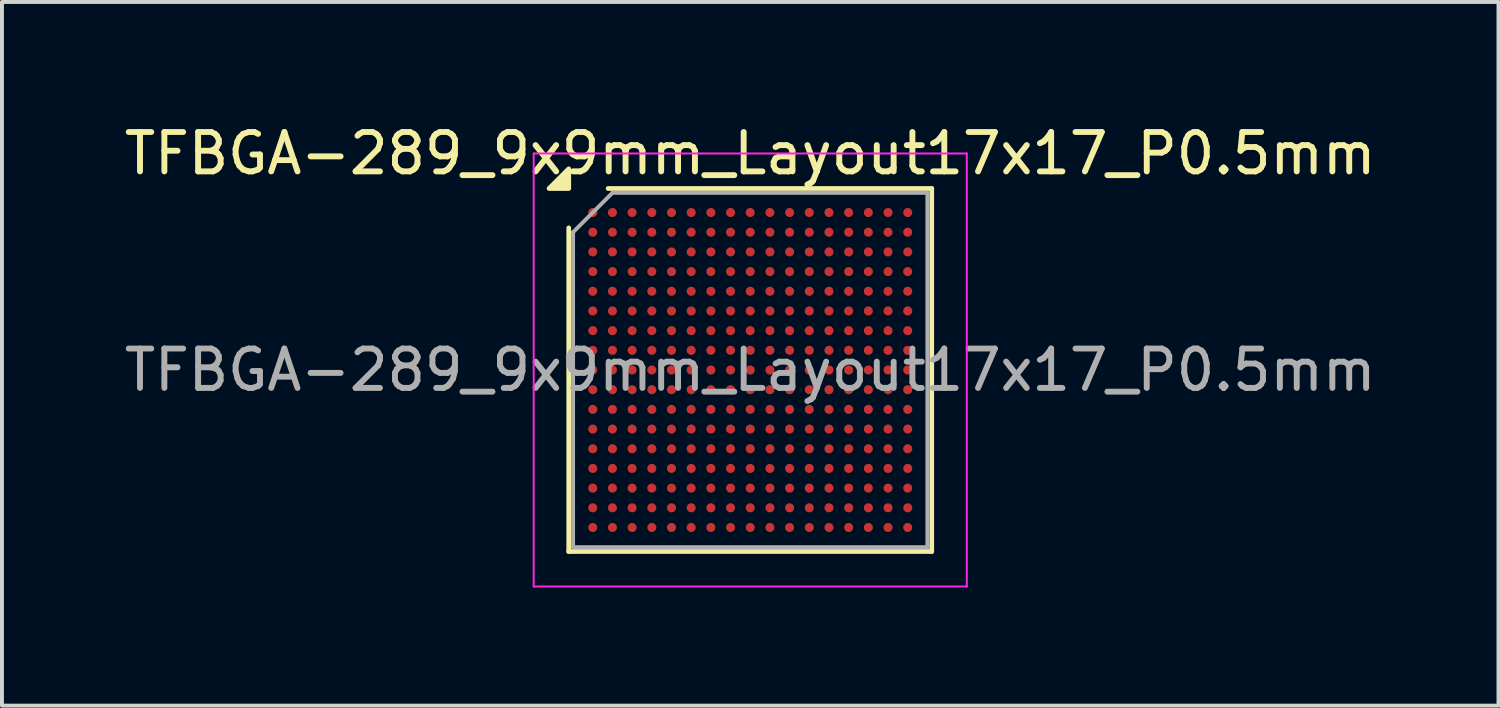
<source format=kicad_pcb>
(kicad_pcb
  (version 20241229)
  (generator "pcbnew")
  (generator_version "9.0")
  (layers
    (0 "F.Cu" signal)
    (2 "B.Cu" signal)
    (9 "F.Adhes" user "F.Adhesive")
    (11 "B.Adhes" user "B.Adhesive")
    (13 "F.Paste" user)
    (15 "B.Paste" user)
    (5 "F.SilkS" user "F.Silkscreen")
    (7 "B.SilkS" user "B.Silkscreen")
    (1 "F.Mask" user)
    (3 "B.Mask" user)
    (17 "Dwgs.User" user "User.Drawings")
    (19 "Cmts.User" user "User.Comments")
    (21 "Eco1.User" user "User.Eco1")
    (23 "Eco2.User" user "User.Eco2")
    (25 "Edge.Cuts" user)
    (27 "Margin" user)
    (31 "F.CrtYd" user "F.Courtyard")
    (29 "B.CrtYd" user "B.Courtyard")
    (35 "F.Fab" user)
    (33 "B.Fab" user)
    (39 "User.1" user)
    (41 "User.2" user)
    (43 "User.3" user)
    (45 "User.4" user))
  (footprint "TFBGA-289_9x9mm_Layout17x17_P0.5mm"
    (layer "F.Cu")
    (at 16.006 6.348)
    (property "Reference" "TFBGA-289_9x9mm_Layout17x17_P0.5mm" (at 0 -5.5 0) (layer "F.SilkS") (effects (font (size 1 1) (thickness 0.15))))
    (attr smd)
    (fp_line (start -4.61 4.61) (end -4.61 -3.61) (stroke (width 0.12) (type solid)) (layer "F.SilkS"))
    (fp_line (start -3.61 -4.61) (end 4.61 -4.61) (stroke (width 0.12) (type solid)) (layer "F.SilkS"))
    (fp_line (start 4.61 -4.61) (end 4.61 4.61) (stroke (width 0.12) (type solid)) (layer "F.SilkS"))
    (fp_line (start 4.61 4.61) (end -4.61 4.61) (stroke (width 0.12) (type solid)) (layer "F.SilkS"))
    (fp_poly (pts (xy -4.61 -4.61) (xy -5.11 -4.61) (xy -4.61 -5.11) (xy -4.61 -4.61)) (stroke (width 0.12) (type solid)) (fill yes) (layer "F.SilkS"))
    (fp_line (start -5.5 -5.5) (end -5.5 5.5) (stroke (width 0.05) (type solid)) (layer "F.CrtYd"))
    (fp_line (start -5.5 5.5) (end 5.5 5.5) (stroke (width 0.05) (type solid)) (layer "F.CrtYd"))
    (fp_line (start 5.5 -5.5) (end -5.5 -5.5) (stroke (width 0.05) (type solid)) (layer "F.CrtYd"))
    (fp_line (start 5.5 5.5) (end 5.5 -5.5) (stroke (width 0.05) (type solid)) (layer "F.CrtYd"))
    (fp_line (start -4.5 -3.5) (end -3.5 -4.5) (stroke (width 0.1) (type solid)) (layer "F.Fab"))
    (fp_line (start -4.5 4.5) (end -4.5 -3.5) (stroke (width 0.1) (type solid)) (layer "F.Fab"))
    (fp_line (start -3.5 -4.5) (end 4.5 -4.5) (stroke (width 0.1) (type solid)) (layer "F.Fab"))
    (fp_line (start 4.5 -4.5) (end 4.5 4.5) (stroke (width 0.1) (type solid)) (layer "F.Fab"))
    (fp_line (start 4.5 4.5) (end -4.5 4.5) (stroke (width 0.1) (type solid)) (layer "F.Fab"))
    (fp_text user "${REFERENCE}" (at 0 0 0) (layer "F.Fab") (effects (font (size 1 1) (thickness 0.15))))
    (pad "A1" smd circle (at -4 -4) (size 0.23 0.23) (property pad_prop_bga) (layers "F.Cu" "F.Mask" "F.Paste"))
    (pad "A2" smd circle (at -3.5 -4) (size 0.23 0.23) (property pad_prop_bga) (layers "F.Cu" "F.Mask" "F.Paste"))
    (pad "A3" smd circle (at -3 -4) (size 0.23 0.23) (property pad_prop_bga) (layers "F.Cu" "F.Mask" "F.Paste"))
    (pad "A4" smd circle (at -2.5 -4) (size 0.23 0.23) (property pad_prop_bga) (layers "F.Cu" "F.Mask" "F.Paste"))
    (pad "A5" smd circle (at -2 -4) (size 0.23 0.23) (property pad_prop_bga) (layers "F.Cu" "F.Mask" "F.Paste"))
    (pad "A6" smd circle (at -1.5 -4) (size 0.23 0.23) (property pad_prop_bga) (layers "F.Cu" "F.Mask" "F.Paste"))
    (pad "A7" smd circle (at -1 -4) (size 0.23 0.23) (property pad_prop_bga) (layers "F.Cu" "F.Mask" "F.Paste"))
    (pad "A8" smd circle (at -0.5 -4) (size 0.23 0.23) (property pad_prop_bga) (layers "F.Cu" "F.Mask" "F.Paste"))
    (pad "A9" smd circle (at 0 -4) (size 0.23 0.23) (property pad_prop_bga) (layers "F.Cu" "F.Mask" "F.Paste"))
    (pad "A10" smd circle (at 0.5 -4) (size 0.23 0.23) (property pad_prop_bga) (layers "F.Cu" "F.Mask" "F.Paste"))
    (pad "A11" smd circle (at 1 -4) (size 0.23 0.23) (property pad_prop_bga) (layers "F.Cu" "F.Mask" "F.Paste"))
    (pad "A12" smd circle (at 1.5 -4) (size 0.23 0.23) (property pad_prop_bga) (layers "F.Cu" "F.Mask" "F.Paste"))
    (pad "A13" smd circle (at 2 -4) (size 0.23 0.23) (property pad_prop_bga) (layers "F.Cu" "F.Mask" "F.Paste"))
    (pad "A14" smd circle (at 2.5 -4) (size 0.23 0.23) (property pad_prop_bga) (layers "F.Cu" "F.Mask" "F.Paste"))
    (pad "A15" smd circle (at 3 -4) (size 0.23 0.23) (property pad_prop_bga) (layers "F.Cu" "F.Mask" "F.Paste"))
    (pad "A16" smd circle (at 3.5 -4) (size 0.23 0.23) (property pad_prop_bga) (layers "F.Cu" "F.Mask" "F.Paste"))
    (pad "A17" smd circle (at 4 -4) (size 0.23 0.23) (property pad_prop_bga) (layers "F.Cu" "F.Mask" "F.Paste"))
    (pad "B1" smd circle (at -4 -3.5) (size 0.23 0.23) (property pad_prop_bga) (layers "F.Cu" "F.Mask" "F.Paste"))
    (pad "B2" smd circle (at -3.5 -3.5) (size 0.23 0.23) (property pad_prop_bga) (layers "F.Cu" "F.Mask" "F.Paste"))
    (pad "B3" smd circle (at -3 -3.5) (size 0.23 0.23) (property pad_prop_bga) (layers "F.Cu" "F.Mask" "F.Paste"))
    (pad "B4" smd circle (at -2.5 -3.5) (size 0.23 0.23) (property pad_prop_bga) (layers "F.Cu" "F.Mask" "F.Paste"))
    (pad "B5" smd circle (at -2 -3.5) (size 0.23 0.23) (property pad_prop_bga) (layers "F.Cu" "F.Mask" "F.Paste"))
    (pad "B6" smd circle (at -1.5 -3.5) (size 0.23 0.23) (property pad_prop_bga) (layers "F.Cu" "F.Mask" "F.Paste"))
    (pad "B7" smd circle (at -1 -3.5) (size 0.23 0.23) (property pad_prop_bga) (layers "F.Cu" "F.Mask" "F.Paste"))
    (pad "B8" smd circle (at -0.5 -3.5) (size 0.23 0.23) (property pad_prop_bga) (layers "F.Cu" "F.Mask" "F.Paste"))
    (pad "B9" smd circle (at 0 -3.5) (size 0.23 0.23) (property pad_prop_bga) (layers "F.Cu" "F.Mask" "F.Paste"))
    (pad "B10" smd circle (at 0.5 -3.5) (size 0.23 0.23) (property pad_prop_bga) (layers "F.Cu" "F.Mask" "F.Paste"))
    (pad "B11" smd circle (at 1 -3.5) (size 0.23 0.23) (property pad_prop_bga) (layers "F.Cu" "F.Mask" "F.Paste"))
    (pad "B12" smd circle (at 1.5 -3.5) (size 0.23 0.23) (property pad_prop_bga) (layers "F.Cu" "F.Mask" "F.Paste"))
    (pad "B13" smd circle (at 2 -3.5) (size 0.23 0.23) (property pad_prop_bga) (layers "F.Cu" "F.Mask" "F.Paste"))
    (pad "B14" smd circle (at 2.5 -3.5) (size 0.23 0.23) (property pad_prop_bga) (layers "F.Cu" "F.Mask" "F.Paste"))
    (pad "B15" smd circle (at 3 -3.5) (size 0.23 0.23) (property pad_prop_bga) (layers "F.Cu" "F.Mask" "F.Paste"))
    (pad "B16" smd circle (at 3.5 -3.5) (size 0.23 0.23) (property pad_prop_bga) (layers "F.Cu" "F.Mask" "F.Paste"))
    (pad "B17" smd circle (at 4 -3.5) (size 0.23 0.23) (property pad_prop_bga) (layers "F.Cu" "F.Mask" "F.Paste"))
    (pad "C1" smd circle (at -4 -3) (size 0.23 0.23) (property pad_prop_bga) (layers "F.Cu" "F.Mask" "F.Paste"))
    (pad "C2" smd circle (at -3.5 -3) (size 0.23 0.23) (property pad_prop_bga) (layers "F.Cu" "F.Mask" "F.Paste"))
    (pad "C3" smd circle (at -3 -3) (size 0.23 0.23) (property pad_prop_bga) (layers "F.Cu" "F.Mask" "F.Paste"))
    (pad "C4" smd circle (at -2.5 -3) (size 0.23 0.23) (property pad_prop_bga) (layers "F.Cu" "F.Mask" "F.Paste"))
    (pad "C5" smd circle (at -2 -3) (size 0.23 0.23) (property pad_prop_bga) (layers "F.Cu" "F.Mask" "F.Paste"))
    (pad "C6" smd circle (at -1.5 -3) (size 0.23 0.23) (property pad_prop_bga) (layers "F.Cu" "F.Mask" "F.Paste"))
    (pad "C7" smd circle (at -1 -3) (size 0.23 0.23) (property pad_prop_bga) (layers "F.Cu" "F.Mask" "F.Paste"))
    (pad "C8" smd circle (at -0.5 -3) (size 0.23 0.23) (property pad_prop_bga) (layers "F.Cu" "F.Mask" "F.Paste"))
    (pad "C9" smd circle (at 0 -3) (size 0.23 0.23) (property pad_prop_bga) (layers "F.Cu" "F.Mask" "F.Paste"))
    (pad "C10" smd circle (at 0.5 -3) (size 0.23 0.23) (property pad_prop_bga) (layers "F.Cu" "F.Mask" "F.Paste"))
    (pad "C11" smd circle (at 1 -3) (size 0.23 0.23) (property pad_prop_bga) (layers "F.Cu" "F.Mask" "F.Paste"))
    (pad "C12" smd circle (at 1.5 -3) (size 0.23 0.23) (property pad_prop_bga) (layers "F.Cu" "F.Mask" "F.Paste"))
    (pad "C13" smd circle (at 2 -3) (size 0.23 0.23) (property pad_prop_bga) (layers "F.Cu" "F.Mask" "F.Paste"))
    (pad "C14" smd circle (at 2.5 -3) (size 0.23 0.23) (property pad_prop_bga) (layers "F.Cu" "F.Mask" "F.Paste"))
    (pad "C15" smd circle (at 3 -3) (size 0.23 0.23) (property pad_prop_bga) (layers "F.Cu" "F.Mask" "F.Paste"))
    (pad "C16" smd circle (at 3.5 -3) (size 0.23 0.23) (property pad_prop_bga) (layers "F.Cu" "F.Mask" "F.Paste"))
    (pad "C17" smd circle (at 4 -3) (size 0.23 0.23) (property pad_prop_bga) (layers "F.Cu" "F.Mask" "F.Paste"))
    (pad "D1" smd circle (at -4 -2.5) (size 0.23 0.23) (property pad_prop_bga) (layers "F.Cu" "F.Mask" "F.Paste"))
    (pad "D2" smd circle (at -3.5 -2.5) (size 0.23 0.23) (property pad_prop_bga) (layers "F.Cu" "F.Mask" "F.Paste"))
    (pad "D3" smd circle (at -3 -2.5) (size 0.23 0.23) (property pad_prop_bga) (layers "F.Cu" "F.Mask" "F.Paste"))
    (pad "D4" smd circle (at -2.5 -2.5) (size 0.23 0.23) (property pad_prop_bga) (layers "F.Cu" "F.Mask" "F.Paste"))
    (pad "D5" smd circle (at -2 -2.5) (size 0.23 0.23) (property pad_prop_bga) (layers "F.Cu" "F.Mask" "F.Paste"))
    (pad "D6" smd circle (at -1.5 -2.5) (size 0.23 0.23) (property pad_prop_bga) (layers "F.Cu" "F.Mask" "F.Paste"))
    (pad "D7" smd circle (at -1 -2.5) (size 0.23 0.23) (property pad_prop_bga) (layers "F.Cu" "F.Mask" "F.Paste"))
    (pad "D8" smd circle (at -0.5 -2.5) (size 0.23 0.23) (property pad_prop_bga) (layers "F.Cu" "F.Mask" "F.Paste"))
    (pad "D9" smd circle (at 0 -2.5) (size 0.23 0.23) (property pad_prop_bga) (layers "F.Cu" "F.Mask" "F.Paste"))
    (pad "D10" smd circle (at 0.5 -2.5) (size 0.23 0.23) (property pad_prop_bga) (layers "F.Cu" "F.Mask" "F.Paste"))
    (pad "D11" smd circle (at 1 -2.5) (size 0.23 0.23) (property pad_prop_bga) (layers "F.Cu" "F.Mask" "F.Paste"))
    (pad "D12" smd circle (at 1.5 -2.5) (size 0.23 0.23) (property pad_prop_bga) (layers "F.Cu" "F.Mask" "F.Paste"))
    (pad "D13" smd circle (at 2 -2.5) (size 0.23 0.23) (property pad_prop_bga) (layers "F.Cu" "F.Mask" "F.Paste"))
    (pad "D14" smd circle (at 2.5 -2.5) (size 0.23 0.23) (property pad_prop_bga) (layers "F.Cu" "F.Mask" "F.Paste"))
    (pad "D15" smd circle (at 3 -2.5) (size 0.23 0.23) (property pad_prop_bga) (layers "F.Cu" "F.Mask" "F.Paste"))
    (pad "D16" smd circle (at 3.5 -2.5) (size 0.23 0.23) (property pad_prop_bga) (layers "F.Cu" "F.Mask" "F.Paste"))
    (pad "D17" smd circle (at 4 -2.5) (size 0.23 0.23) (property pad_prop_bga) (layers "F.Cu" "F.Mask" "F.Paste"))
    (pad "E1" smd circle (at -4 -2) (size 0.23 0.23) (property pad_prop_bga) (layers "F.Cu" "F.Mask" "F.Paste"))
    (pad "E2" smd circle (at -3.5 -2) (size 0.23 0.23) (property pad_prop_bga) (layers "F.Cu" "F.Mask" "F.Paste"))
    (pad "E3" smd circle (at -3 -2) (size 0.23 0.23) (property pad_prop_bga) (layers "F.Cu" "F.Mask" "F.Paste"))
    (pad "E4" smd circle (at -2.5 -2) (size 0.23 0.23) (property pad_prop_bga) (layers "F.Cu" "F.Mask" "F.Paste"))
    (pad "E5" smd circle (at -2 -2) (size 0.23 0.23) (property pad_prop_bga) (layers "F.Cu" "F.Mask" "F.Paste"))
    (pad "E6" smd circle (at -1.5 -2) (size 0.23 0.23) (property pad_prop_bga) (layers "F.Cu" "F.Mask" "F.Paste"))
    (pad "E7" smd circle (at -1 -2) (size 0.23 0.23) (property pad_prop_bga) (layers "F.Cu" "F.Mask" "F.Paste"))
    (pad "E8" smd circle (at -0.5 -2) (size 0.23 0.23) (property pad_prop_bga) (layers "F.Cu" "F.Mask" "F.Paste"))
    (pad "E9" smd circle (at 0 -2) (size 0.23 0.23) (property pad_prop_bga) (layers "F.Cu" "F.Mask" "F.Paste"))
    (pad "E10" smd circle (at 0.5 -2) (size 0.23 0.23) (property pad_prop_bga) (layers "F.Cu" "F.Mask" "F.Paste"))
    (pad "E11" smd circle (at 1 -2) (size 0.23 0.23) (property pad_prop_bga) (layers "F.Cu" "F.Mask" "F.Paste"))
    (pad "E12" smd circle (at 1.5 -2) (size 0.23 0.23) (property pad_prop_bga) (layers "F.Cu" "F.Mask" "F.Paste"))
    (pad "E13" smd circle (at 2 -2) (size 0.23 0.23) (property pad_prop_bga) (layers "F.Cu" "F.Mask" "F.Paste"))
    (pad "E14" smd circle (at 2.5 -2) (size 0.23 0.23) (property pad_prop_bga) (layers "F.Cu" "F.Mask" "F.Paste"))
    (pad "E15" smd circle (at 3 -2) (size 0.23 0.23) (property pad_prop_bga) (layers "F.Cu" "F.Mask" "F.Paste"))
    (pad "E16" smd circle (at 3.5 -2) (size 0.23 0.23) (property pad_prop_bga) (layers "F.Cu" "F.Mask" "F.Paste"))
    (pad "E17" smd circle (at 4 -2) (size 0.23 0.23) (property pad_prop_bga) (layers "F.Cu" "F.Mask" "F.Paste"))
    (pad "F1" smd circle (at -4 -1.5) (size 0.23 0.23) (property pad_prop_bga) (layers "F.Cu" "F.Mask" "F.Paste"))
    (pad "F2" smd circle (at -3.5 -1.5) (size 0.23 0.23) (property pad_prop_bga) (layers "F.Cu" "F.Mask" "F.Paste"))
    (pad "F3" smd circle (at -3 -1.5) (size 0.23 0.23) (property pad_prop_bga) (layers "F.Cu" "F.Mask" "F.Paste"))
    (pad "F4" smd circle (at -2.5 -1.5) (size 0.23 0.23) (property pad_prop_bga) (layers "F.Cu" "F.Mask" "F.Paste"))
    (pad "F5" smd circle (at -2 -1.5) (size 0.23 0.23) (property pad_prop_bga) (layers "F.Cu" "F.Mask" "F.Paste"))
    (pad "F6" smd circle (at -1.5 -1.5) (size 0.23 0.23) (property pad_prop_bga) (layers "F.Cu" "F.Mask" "F.Paste"))
    (pad "F7" smd circle (at -1 -1.5) (size 0.23 0.23) (property pad_prop_bga) (layers "F.Cu" "F.Mask" "F.Paste"))
    (pad "F8" smd circle (at -0.5 -1.5) (size 0.23 0.23) (property pad_prop_bga) (layers "F.Cu" "F.Mask" "F.Paste"))
    (pad "F9" smd circle (at 0 -1.5) (size 0.23 0.23) (property pad_prop_bga) (layers "F.Cu" "F.Mask" "F.Paste"))
    (pad "F10" smd circle (at 0.5 -1.5) (size 0.23 0.23) (property pad_prop_bga) (layers "F.Cu" "F.Mask" "F.Paste"))
    (pad "F11" smd circle (at 1 -1.5) (size 0.23 0.23) (property pad_prop_bga) (layers "F.Cu" "F.Mask" "F.Paste"))
    (pad "F12" smd circle (at 1.5 -1.5) (size 0.23 0.23) (property pad_prop_bga) (layers "F.Cu" "F.Mask" "F.Paste"))
    (pad "F13" smd circle (at 2 -1.5) (size 0.23 0.23) (property pad_prop_bga) (layers "F.Cu" "F.Mask" "F.Paste"))
    (pad "F14" smd circle (at 2.5 -1.5) (size 0.23 0.23) (property pad_prop_bga) (layers "F.Cu" "F.Mask" "F.Paste"))
    (pad "F15" smd circle (at 3 -1.5) (size 0.23 0.23) (property pad_prop_bga) (layers "F.Cu" "F.Mask" "F.Paste"))
    (pad "F16" smd circle (at 3.5 -1.5) (size 0.23 0.23) (property pad_prop_bga) (layers "F.Cu" "F.Mask" "F.Paste"))
    (pad "F17" smd circle (at 4 -1.5) (size 0.23 0.23) (property pad_prop_bga) (layers "F.Cu" "F.Mask" "F.Paste"))
    (pad "G1" smd circle (at -4 -1) (size 0.23 0.23) (property pad_prop_bga) (layers "F.Cu" "F.Mask" "F.Paste"))
    (pad "G2" smd circle (at -3.5 -1) (size 0.23 0.23) (property pad_prop_bga) (layers "F.Cu" "F.Mask" "F.Paste"))
    (pad "G3" smd circle (at -3 -1) (size 0.23 0.23) (property pad_prop_bga) (layers "F.Cu" "F.Mask" "F.Paste"))
    (pad "G4" smd circle (at -2.5 -1) (size 0.23 0.23) (property pad_prop_bga) (layers "F.Cu" "F.Mask" "F.Paste"))
    (pad "G5" smd circle (at -2 -1) (size 0.23 0.23) (property pad_prop_bga) (layers "F.Cu" "F.Mask" "F.Paste"))
    (pad "G6" smd circle (at -1.5 -1) (size 0.23 0.23) (property pad_prop_bga) (layers "F.Cu" "F.Mask" "F.Paste"))
    (pad "G7" smd circle (at -1 -1) (size 0.23 0.23) (property pad_prop_bga) (layers "F.Cu" "F.Mask" "F.Paste"))
    (pad "G8" smd circle (at -0.5 -1) (size 0.23 0.23) (property pad_prop_bga) (layers "F.Cu" "F.Mask" "F.Paste"))
    (pad "G9" smd circle (at 0 -1) (size 0.23 0.23) (property pad_prop_bga) (layers "F.Cu" "F.Mask" "F.Paste"))
    (pad "G10" smd circle (at 0.5 -1) (size 0.23 0.23) (property pad_prop_bga) (layers "F.Cu" "F.Mask" "F.Paste"))
    (pad "G11" smd circle (at 1 -1) (size 0.23 0.23) (property pad_prop_bga) (layers "F.Cu" "F.Mask" "F.Paste"))
    (pad "G12" smd circle (at 1.5 -1) (size 0.23 0.23) (property pad_prop_bga) (layers "F.Cu" "F.Mask" "F.Paste"))
    (pad "G13" smd circle (at 2 -1) (size 0.23 0.23) (property pad_prop_bga) (layers "F.Cu" "F.Mask" "F.Paste"))
    (pad "G14" smd circle (at 2.5 -1) (size 0.23 0.23) (property pad_prop_bga) (layers "F.Cu" "F.Mask" "F.Paste"))
    (pad "G15" smd circle (at 3 -1) (size 0.23 0.23) (property pad_prop_bga) (layers "F.Cu" "F.Mask" "F.Paste"))
    (pad "G16" smd circle (at 3.5 -1) (size 0.23 0.23) (property pad_prop_bga) (layers "F.Cu" "F.Mask" "F.Paste"))
    (pad "G17" smd circle (at 4 -1) (size 0.23 0.23) (property pad_prop_bga) (layers "F.Cu" "F.Mask" "F.Paste"))
    (pad "H1" smd circle (at -4 -0.5) (size 0.23 0.23) (property pad_prop_bga) (layers "F.Cu" "F.Mask" "F.Paste"))
    (pad "H2" smd circle (at -3.5 -0.5) (size 0.23 0.23) (property pad_prop_bga) (layers "F.Cu" "F.Mask" "F.Paste"))
    (pad "H3" smd circle (at -3 -0.5) (size 0.23 0.23) (property pad_prop_bga) (layers "F.Cu" "F.Mask" "F.Paste"))
    (pad "H4" smd circle (at -2.5 -0.5) (size 0.23 0.23) (property pad_prop_bga) (layers "F.Cu" "F.Mask" "F.Paste"))
    (pad "H5" smd circle (at -2 -0.5) (size 0.23 0.23) (property pad_prop_bga) (layers "F.Cu" "F.Mask" "F.Paste"))
    (pad "H6" smd circle (at -1.5 -0.5) (size 0.23 0.23) (property pad_prop_bga) (layers "F.Cu" "F.Mask" "F.Paste"))
    (pad "H7" smd circle (at -1 -0.5) (size 0.23 0.23) (property pad_prop_bga) (layers "F.Cu" "F.Mask" "F.Paste"))
    (pad "H8" smd circle (at -0.5 -0.5) (size 0.23 0.23) (property pad_prop_bga) (layers "F.Cu" "F.Mask" "F.Paste"))
    (pad "H9" smd circle (at 0 -0.5) (size 0.23 0.23) (property pad_prop_bga) (layers "F.Cu" "F.Mask" "F.Paste"))
    (pad "H10" smd circle (at 0.5 -0.5) (size 0.23 0.23) (property pad_prop_bga) (layers "F.Cu" "F.Mask" "F.Paste"))
    (pad "H11" smd circle (at 1 -0.5) (size 0.23 0.23) (property pad_prop_bga) (layers "F.Cu" "F.Mask" "F.Paste"))
    (pad "H12" smd circle (at 1.5 -0.5) (size 0.23 0.23) (property pad_prop_bga) (layers "F.Cu" "F.Mask" "F.Paste"))
    (pad "H13" smd circle (at 2 -0.5) (size 0.23 0.23) (property pad_prop_bga) (layers "F.Cu" "F.Mask" "F.Paste"))
    (pad "H14" smd circle (at 2.5 -0.5) (size 0.23 0.23) (property pad_prop_bga) (layers "F.Cu" "F.Mask" "F.Paste"))
    (pad "H15" smd circle (at 3 -0.5) (size 0.23 0.23) (property pad_prop_bga) (layers "F.Cu" "F.Mask" "F.Paste"))
    (pad "H16" smd circle (at 3.5 -0.5) (size 0.23 0.23) (property pad_prop_bga) (layers "F.Cu" "F.Mask" "F.Paste"))
    (pad "H17" smd circle (at 4 -0.5) (size 0.23 0.23) (property pad_prop_bga) (layers "F.Cu" "F.Mask" "F.Paste"))
    (pad "J1" smd circle (at -4 0) (size 0.23 0.23) (property pad_prop_bga) (layers "F.Cu" "F.Mask" "F.Paste"))
    (pad "J2" smd circle (at -3.5 0) (size 0.23 0.23) (property pad_prop_bga) (layers "F.Cu" "F.Mask" "F.Paste"))
    (pad "J3" smd circle (at -3 0) (size 0.23 0.23) (property pad_prop_bga) (layers "F.Cu" "F.Mask" "F.Paste"))
    (pad "J4" smd circle (at -2.5 0) (size 0.23 0.23) (property pad_prop_bga) (layers "F.Cu" "F.Mask" "F.Paste"))
    (pad "J5" smd circle (at -2 0) (size 0.23 0.23) (property pad_prop_bga) (layers "F.Cu" "F.Mask" "F.Paste"))
    (pad "J6" smd circle (at -1.5 0) (size 0.23 0.23) (property pad_prop_bga) (layers "F.Cu" "F.Mask" "F.Paste"))
    (pad "J7" smd circle (at -1 0) (size 0.23 0.23) (property pad_prop_bga) (layers "F.Cu" "F.Mask" "F.Paste"))
    (pad "J8" smd circle (at -0.5 0) (size 0.23 0.23) (property pad_prop_bga) (layers "F.Cu" "F.Mask" "F.Paste"))
    (pad "J9" smd circle (at 0 0) (size 0.23 0.23) (property pad_prop_bga) (layers "F.Cu" "F.Mask" "F.Paste"))
    (pad "J10" smd circle (at 0.5 0) (size 0.23 0.23) (property pad_prop_bga) (layers "F.Cu" "F.Mask" "F.Paste"))
    (pad "J11" smd circle (at 1 0) (size 0.23 0.23) (property pad_prop_bga) (layers "F.Cu" "F.Mask" "F.Paste"))
    (pad "J12" smd circle (at 1.5 0) (size 0.23 0.23) (property pad_prop_bga) (layers "F.Cu" "F.Mask" "F.Paste"))
    (pad "J13" smd circle (at 2 0) (size 0.23 0.23) (property pad_prop_bga) (layers "F.Cu" "F.Mask" "F.Paste"))
    (pad "J14" smd circle (at 2.5 0) (size 0.23 0.23) (property pad_prop_bga) (layers "F.Cu" "F.Mask" "F.Paste"))
    (pad "J15" smd circle (at 3 0) (size 0.23 0.23) (property pad_prop_bga) (layers "F.Cu" "F.Mask" "F.Paste"))
    (pad "J16" smd circle (at 3.5 0) (size 0.23 0.23) (property pad_prop_bga) (layers "F.Cu" "F.Mask" "F.Paste"))
    (pad "J17" smd circle (at 4 0) (size 0.23 0.23) (property pad_prop_bga) (layers "F.Cu" "F.Mask" "F.Paste"))
    (pad "K1" smd circle (at -4 0.5) (size 0.23 0.23) (property pad_prop_bga) (layers "F.Cu" "F.Mask" "F.Paste"))
    (pad "K2" smd circle (at -3.5 0.5) (size 0.23 0.23) (property pad_prop_bga) (layers "F.Cu" "F.Mask" "F.Paste"))
    (pad "K3" smd circle (at -3 0.5) (size 0.23 0.23) (property pad_prop_bga) (layers "F.Cu" "F.Mask" "F.Paste"))
    (pad "K4" smd circle (at -2.5 0.5) (size 0.23 0.23) (property pad_prop_bga) (layers "F.Cu" "F.Mask" "F.Paste"))
    (pad "K5" smd circle (at -2 0.5) (size 0.23 0.23) (property pad_prop_bga) (layers "F.Cu" "F.Mask" "F.Paste"))
    (pad "K6" smd circle (at -1.5 0.5) (size 0.23 0.23) (property pad_prop_bga) (layers "F.Cu" "F.Mask" "F.Paste"))
    (pad "K7" smd circle (at -1 0.5) (size 0.23 0.23) (property pad_prop_bga) (layers "F.Cu" "F.Mask" "F.Paste"))
    (pad "K8" smd circle (at -0.5 0.5) (size 0.23 0.23) (property pad_prop_bga) (layers "F.Cu" "F.Mask" "F.Paste"))
    (pad "K9" smd circle (at 0 0.5) (size 0.23 0.23) (property pad_prop_bga) (layers "F.Cu" "F.Mask" "F.Paste"))
    (pad "K10" smd circle (at 0.5 0.5) (size 0.23 0.23) (property pad_prop_bga) (layers "F.Cu" "F.Mask" "F.Paste"))
    (pad "K11" smd circle (at 1 0.5) (size 0.23 0.23) (property pad_prop_bga) (layers "F.Cu" "F.Mask" "F.Paste"))
    (pad "K12" smd circle (at 1.5 0.5) (size 0.23 0.23) (property pad_prop_bga) (layers "F.Cu" "F.Mask" "F.Paste"))
    (pad "K13" smd circle (at 2 0.5) (size 0.23 0.23) (property pad_prop_bga) (layers "F.Cu" "F.Mask" "F.Paste"))
    (pad "K14" smd circle (at 2.5 0.5) (size 0.23 0.23) (property pad_prop_bga) (layers "F.Cu" "F.Mask" "F.Paste"))
    (pad "K15" smd circle (at 3 0.5) (size 0.23 0.23) (property pad_prop_bga) (layers "F.Cu" "F.Mask" "F.Paste"))
    (pad "K16" smd circle (at 3.5 0.5) (size 0.23 0.23) (property pad_prop_bga) (layers "F.Cu" "F.Mask" "F.Paste"))
    (pad "K17" smd circle (at 4 0.5) (size 0.23 0.23) (property pad_prop_bga) (layers "F.Cu" "F.Mask" "F.Paste"))
    (pad "L1" smd circle (at -4 1) (size 0.23 0.23) (property pad_prop_bga) (layers "F.Cu" "F.Mask" "F.Paste"))
    (pad "L2" smd circle (at -3.5 1) (size 0.23 0.23) (property pad_prop_bga) (layers "F.Cu" "F.Mask" "F.Paste"))
    (pad "L3" smd circle (at -3 1) (size 0.23 0.23) (property pad_prop_bga) (layers "F.Cu" "F.Mask" "F.Paste"))
    (pad "L4" smd circle (at -2.5 1) (size 0.23 0.23) (property pad_prop_bga) (layers "F.Cu" "F.Mask" "F.Paste"))
    (pad "L5" smd circle (at -2 1) (size 0.23 0.23) (property pad_prop_bga) (layers "F.Cu" "F.Mask" "F.Paste"))
    (pad "L6" smd circle (at -1.5 1) (size 0.23 0.23) (property pad_prop_bga) (layers "F.Cu" "F.Mask" "F.Paste"))
    (pad "L7" smd circle (at -1 1) (size 0.23 0.23) (property pad_prop_bga) (layers "F.Cu" "F.Mask" "F.Paste"))
    (pad "L8" smd circle (at -0.5 1) (size 0.23 0.23) (property pad_prop_bga) (layers "F.Cu" "F.Mask" "F.Paste"))
    (pad "L9" smd circle (at 0 1) (size 0.23 0.23) (property pad_prop_bga) (layers "F.Cu" "F.Mask" "F.Paste"))
    (pad "L10" smd circle (at 0.5 1) (size 0.23 0.23) (property pad_prop_bga) (layers "F.Cu" "F.Mask" "F.Paste"))
    (pad "L11" smd circle (at 1 1) (size 0.23 0.23) (property pad_prop_bga) (layers "F.Cu" "F.Mask" "F.Paste"))
    (pad "L12" smd circle (at 1.5 1) (size 0.23 0.23) (property pad_prop_bga) (layers "F.Cu" "F.Mask" "F.Paste"))
    (pad "L13" smd circle (at 2 1) (size 0.23 0.23) (property pad_prop_bga) (layers "F.Cu" "F.Mask" "F.Paste"))
    (pad "L14" smd circle (at 2.5 1) (size 0.23 0.23) (property pad_prop_bga) (layers "F.Cu" "F.Mask" "F.Paste"))
    (pad "L15" smd circle (at 3 1) (size 0.23 0.23) (property pad_prop_bga) (layers "F.Cu" "F.Mask" "F.Paste"))
    (pad "L16" smd circle (at 3.5 1) (size 0.23 0.23) (property pad_prop_bga) (layers "F.Cu" "F.Mask" "F.Paste"))
    (pad "L17" smd circle (at 4 1) (size 0.23 0.23) (property pad_prop_bga) (layers "F.Cu" "F.Mask" "F.Paste"))
    (pad "M1" smd circle (at -4 1.5) (size 0.23 0.23) (property pad_prop_bga) (layers "F.Cu" "F.Mask" "F.Paste"))
    (pad "M2" smd circle (at -3.5 1.5) (size 0.23 0.23) (property pad_prop_bga) (layers "F.Cu" "F.Mask" "F.Paste"))
    (pad "M3" smd circle (at -3 1.5) (size 0.23 0.23) (property pad_prop_bga) (layers "F.Cu" "F.Mask" "F.Paste"))
    (pad "M4" smd circle (at -2.5 1.5) (size 0.23 0.23) (property pad_prop_bga) (layers "F.Cu" "F.Mask" "F.Paste"))
    (pad "M5" smd circle (at -2 1.5) (size 0.23 0.23) (property pad_prop_bga) (layers "F.Cu" "F.Mask" "F.Paste"))
    (pad "M6" smd circle (at -1.5 1.5) (size 0.23 0.23) (property pad_prop_bga) (layers "F.Cu" "F.Mask" "F.Paste"))
    (pad "M7" smd circle (at -1 1.5) (size 0.23 0.23) (property pad_prop_bga) (layers "F.Cu" "F.Mask" "F.Paste"))
    (pad "M8" smd circle (at -0.5 1.5) (size 0.23 0.23) (property pad_prop_bga) (layers "F.Cu" "F.Mask" "F.Paste"))
    (pad "M9" smd circle (at 0 1.5) (size 0.23 0.23) (property pad_prop_bga) (layers "F.Cu" "F.Mask" "F.Paste"))
    (pad "M10" smd circle (at 0.5 1.5) (size 0.23 0.23) (property pad_prop_bga) (layers "F.Cu" "F.Mask" "F.Paste"))
    (pad "M11" smd circle (at 1 1.5) (size 0.23 0.23) (property pad_prop_bga) (layers "F.Cu" "F.Mask" "F.Paste"))
    (pad "M12" smd circle (at 1.5 1.5) (size 0.23 0.23) (property pad_prop_bga) (layers "F.Cu" "F.Mask" "F.Paste"))
    (pad "M13" smd circle (at 2 1.5) (size 0.23 0.23) (property pad_prop_bga) (layers "F.Cu" "F.Mask" "F.Paste"))
    (pad "M14" smd circle (at 2.5 1.5) (size 0.23 0.23) (property pad_prop_bga) (layers "F.Cu" "F.Mask" "F.Paste"))
    (pad "M15" smd circle (at 3 1.5) (size 0.23 0.23) (property pad_prop_bga) (layers "F.Cu" "F.Mask" "F.Paste"))
    (pad "M16" smd circle (at 3.5 1.5) (size 0.23 0.23) (property pad_prop_bga) (layers "F.Cu" "F.Mask" "F.Paste"))
    (pad "M17" smd circle (at 4 1.5) (size 0.23 0.23) (property pad_prop_bga) (layers "F.Cu" "F.Mask" "F.Paste"))
    (pad "N1" smd circle (at -4 2) (size 0.23 0.23) (property pad_prop_bga) (layers "F.Cu" "F.Mask" "F.Paste"))
    (pad "N2" smd circle (at -3.5 2) (size 0.23 0.23) (property pad_prop_bga) (layers "F.Cu" "F.Mask" "F.Paste"))
    (pad "N3" smd circle (at -3 2) (size 0.23 0.23) (property pad_prop_bga) (layers "F.Cu" "F.Mask" "F.Paste"))
    (pad "N4" smd circle (at -2.5 2) (size 0.23 0.23) (property pad_prop_bga) (layers "F.Cu" "F.Mask" "F.Paste"))
    (pad "N5" smd circle (at -2 2) (size 0.23 0.23) (property pad_prop_bga) (layers "F.Cu" "F.Mask" "F.Paste"))
    (pad "N6" smd circle (at -1.5 2) (size 0.23 0.23) (property pad_prop_bga) (layers "F.Cu" "F.Mask" "F.Paste"))
    (pad "N7" smd circle (at -1 2) (size 0.23 0.23) (property pad_prop_bga) (layers "F.Cu" "F.Mask" "F.Paste"))
    (pad "N8" smd circle (at -0.5 2) (size 0.23 0.23) (property pad_prop_bga) (layers "F.Cu" "F.Mask" "F.Paste"))
    (pad "N9" smd circle (at 0 2) (size 0.23 0.23) (property pad_prop_bga) (layers "F.Cu" "F.Mask" "F.Paste"))
    (pad "N10" smd circle (at 0.5 2) (size 0.23 0.23) (property pad_prop_bga) (layers "F.Cu" "F.Mask" "F.Paste"))
    (pad "N11" smd circle (at 1 2) (size 0.23 0.23) (property pad_prop_bga) (layers "F.Cu" "F.Mask" "F.Paste"))
    (pad "N12" smd circle (at 1.5 2) (size 0.23 0.23) (property pad_prop_bga) (layers "F.Cu" "F.Mask" "F.Paste"))
    (pad "N13" smd circle (at 2 2) (size 0.23 0.23) (property pad_prop_bga) (layers "F.Cu" "F.Mask" "F.Paste"))
    (pad "N14" smd circle (at 2.5 2) (size 0.23 0.23) (property pad_prop_bga) (layers "F.Cu" "F.Mask" "F.Paste"))
    (pad "N15" smd circle (at 3 2) (size 0.23 0.23) (property pad_prop_bga) (layers "F.Cu" "F.Mask" "F.Paste"))
    (pad "N16" smd circle (at 3.5 2) (size 0.23 0.23) (property pad_prop_bga) (layers "F.Cu" "F.Mask" "F.Paste"))
    (pad "N17" smd circle (at 4 2) (size 0.23 0.23) (property pad_prop_bga) (layers "F.Cu" "F.Mask" "F.Paste"))
    (pad "P1" smd circle (at -4 2.5) (size 0.23 0.23) (property pad_prop_bga) (layers "F.Cu" "F.Mask" "F.Paste"))
    (pad "P2" smd circle (at -3.5 2.5) (size 0.23 0.23) (property pad_prop_bga) (layers "F.Cu" "F.Mask" "F.Paste"))
    (pad "P3" smd circle (at -3 2.5) (size 0.23 0.23) (property pad_prop_bga) (layers "F.Cu" "F.Mask" "F.Paste"))
    (pad "P4" smd circle (at -2.5 2.5) (size 0.23 0.23) (property pad_prop_bga) (layers "F.Cu" "F.Mask" "F.Paste"))
    (pad "P5" smd circle (at -2 2.5) (size 0.23 0.23) (property pad_prop_bga) (layers "F.Cu" "F.Mask" "F.Paste"))
    (pad "P6" smd circle (at -1.5 2.5) (size 0.23 0.23) (property pad_prop_bga) (layers "F.Cu" "F.Mask" "F.Paste"))
    (pad "P7" smd circle (at -1 2.5) (size 0.23 0.23) (property pad_prop_bga) (layers "F.Cu" "F.Mask" "F.Paste"))
    (pad "P8" smd circle (at -0.5 2.5) (size 0.23 0.23) (property pad_prop_bga) (layers "F.Cu" "F.Mask" "F.Paste"))
    (pad "P9" smd circle (at 0 2.5) (size 0.23 0.23) (property pad_prop_bga) (layers "F.Cu" "F.Mask" "F.Paste"))
    (pad "P10" smd circle (at 0.5 2.5) (size 0.23 0.23) (property pad_prop_bga) (layers "F.Cu" "F.Mask" "F.Paste"))
    (pad "P11" smd circle (at 1 2.5) (size 0.23 0.23) (property pad_prop_bga) (layers "F.Cu" "F.Mask" "F.Paste"))
    (pad "P12" smd circle (at 1.5 2.5) (size 0.23 0.23) (property pad_prop_bga) (layers "F.Cu" "F.Mask" "F.Paste"))
    (pad "P13" smd circle (at 2 2.5) (size 0.23 0.23) (property pad_prop_bga) (layers "F.Cu" "F.Mask" "F.Paste"))
    (pad "P14" smd circle (at 2.5 2.5) (size 0.23 0.23) (property pad_prop_bga) (layers "F.Cu" "F.Mask" "F.Paste"))
    (pad "P15" smd circle (at 3 2.5) (size 0.23 0.23) (property pad_prop_bga) (layers "F.Cu" "F.Mask" "F.Paste"))
    (pad "P16" smd circle (at 3.5 2.5) (size 0.23 0.23) (property pad_prop_bga) (layers "F.Cu" "F.Mask" "F.Paste"))
    (pad "P17" smd circle (at 4 2.5) (size 0.23 0.23) (property pad_prop_bga) (layers "F.Cu" "F.Mask" "F.Paste"))
    (pad "R1" smd circle (at -4 3) (size 0.23 0.23) (property pad_prop_bga) (layers "F.Cu" "F.Mask" "F.Paste"))
    (pad "R2" smd circle (at -3.5 3) (size 0.23 0.23) (property pad_prop_bga) (layers "F.Cu" "F.Mask" "F.Paste"))
    (pad "R3" smd circle (at -3 3) (size 0.23 0.23) (property pad_prop_bga) (layers "F.Cu" "F.Mask" "F.Paste"))
    (pad "R4" smd circle (at -2.5 3) (size 0.23 0.23) (property pad_prop_bga) (layers "F.Cu" "F.Mask" "F.Paste"))
    (pad "R5" smd circle (at -2 3) (size 0.23 0.23) (property pad_prop_bga) (layers "F.Cu" "F.Mask" "F.Paste"))
    (pad "R6" smd circle (at -1.5 3) (size 0.23 0.23) (property pad_prop_bga) (layers "F.Cu" "F.Mask" "F.Paste"))
    (pad "R7" smd circle (at -1 3) (size 0.23 0.23) (property pad_prop_bga) (layers "F.Cu" "F.Mask" "F.Paste"))
    (pad "R8" smd circle (at -0.5 3) (size 0.23 0.23) (property pad_prop_bga) (layers "F.Cu" "F.Mask" "F.Paste"))
    (pad "R9" smd circle (at 0 3) (size 0.23 0.23) (property pad_prop_bga) (layers "F.Cu" "F.Mask" "F.Paste"))
    (pad "R10" smd circle (at 0.5 3) (size 0.23 0.23) (property pad_prop_bga) (layers "F.Cu" "F.Mask" "F.Paste"))
    (pad "R11" smd circle (at 1 3) (size 0.23 0.23) (property pad_prop_bga) (layers "F.Cu" "F.Mask" "F.Paste"))
    (pad "R12" smd circle (at 1.5 3) (size 0.23 0.23) (property pad_prop_bga) (layers "F.Cu" "F.Mask" "F.Paste"))
    (pad "R13" smd circle (at 2 3) (size 0.23 0.23) (property pad_prop_bga) (layers "F.Cu" "F.Mask" "F.Paste"))
    (pad "R14" smd circle (at 2.5 3) (size 0.23 0.23) (property pad_prop_bga) (layers "F.Cu" "F.Mask" "F.Paste"))
    (pad "R15" smd circle (at 3 3) (size 0.23 0.23) (property pad_prop_bga) (layers "F.Cu" "F.Mask" "F.Paste"))
    (pad "R16" smd circle (at 3.5 3) (size 0.23 0.23) (property pad_prop_bga) (layers "F.Cu" "F.Mask" "F.Paste"))
    (pad "R17" smd circle (at 4 3) (size 0.23 0.23) (property pad_prop_bga) (layers "F.Cu" "F.Mask" "F.Paste"))
    (pad "T1" smd circle (at -4 3.5) (size 0.23 0.23) (property pad_prop_bga) (layers "F.Cu" "F.Mask" "F.Paste"))
    (pad "T2" smd circle (at -3.5 3.5) (size 0.23 0.23) (property pad_prop_bga) (layers "F.Cu" "F.Mask" "F.Paste"))
    (pad "T3" smd circle (at -3 3.5) (size 0.23 0.23) (property pad_prop_bga) (layers "F.Cu" "F.Mask" "F.Paste"))
    (pad "T4" smd circle (at -2.5 3.5) (size 0.23 0.23) (property pad_prop_bga) (layers "F.Cu" "F.Mask" "F.Paste"))
    (pad "T5" smd circle (at -2 3.5) (size 0.23 0.23) (property pad_prop_bga) (layers "F.Cu" "F.Mask" "F.Paste"))
    (pad "T6" smd circle (at -1.5 3.5) (size 0.23 0.23) (property pad_prop_bga) (layers "F.Cu" "F.Mask" "F.Paste"))
    (pad "T7" smd circle (at -1 3.5) (size 0.23 0.23) (property pad_prop_bga) (layers "F.Cu" "F.Mask" "F.Paste"))
    (pad "T8" smd circle (at -0.5 3.5) (size 0.23 0.23) (property pad_prop_bga) (layers "F.Cu" "F.Mask" "F.Paste"))
    (pad "T9" smd circle (at 0 3.5) (size 0.23 0.23) (property pad_prop_bga) (layers "F.Cu" "F.Mask" "F.Paste"))
    (pad "T10" smd circle (at 0.5 3.5) (size 0.23 0.23) (property pad_prop_bga) (layers "F.Cu" "F.Mask" "F.Paste"))
    (pad "T11" smd circle (at 1 3.5) (size 0.23 0.23) (property pad_prop_bga) (layers "F.Cu" "F.Mask" "F.Paste"))
    (pad "T12" smd circle (at 1.5 3.5) (size 0.23 0.23) (property pad_prop_bga) (layers "F.Cu" "F.Mask" "F.Paste"))
    (pad "T13" smd circle (at 2 3.5) (size 0.23 0.23) (property pad_prop_bga) (layers "F.Cu" "F.Mask" "F.Paste"))
    (pad "T14" smd circle (at 2.5 3.5) (size 0.23 0.23) (property pad_prop_bga) (layers "F.Cu" "F.Mask" "F.Paste"))
    (pad "T15" smd circle (at 3 3.5) (size 0.23 0.23) (property pad_prop_bga) (layers "F.Cu" "F.Mask" "F.Paste"))
    (pad "T16" smd circle (at 3.5 3.5) (size 0.23 0.23) (property pad_prop_bga) (layers "F.Cu" "F.Mask" "F.Paste"))
    (pad "T17" smd circle (at 4 3.5) (size 0.23 0.23) (property pad_prop_bga) (layers "F.Cu" "F.Mask" "F.Paste"))
    (pad "U1" smd circle (at -4 4) (size 0.23 0.23) (property pad_prop_bga) (layers "F.Cu" "F.Mask" "F.Paste"))
    (pad "U2" smd circle (at -3.5 4) (size 0.23 0.23) (property pad_prop_bga) (layers "F.Cu" "F.Mask" "F.Paste"))
    (pad "U3" smd circle (at -3 4) (size 0.23 0.23) (property pad_prop_bga) (layers "F.Cu" "F.Mask" "F.Paste"))
    (pad "U4" smd circle (at -2.5 4) (size 0.23 0.23) (property pad_prop_bga) (layers "F.Cu" "F.Mask" "F.Paste"))
    (pad "U5" smd circle (at -2 4) (size 0.23 0.23) (property pad_prop_bga) (layers "F.Cu" "F.Mask" "F.Paste"))
    (pad "U6" smd circle (at -1.5 4) (size 0.23 0.23) (property pad_prop_bga) (layers "F.Cu" "F.Mask" "F.Paste"))
    (pad "U7" smd circle (at -1 4) (size 0.23 0.23) (property pad_prop_bga) (layers "F.Cu" "F.Mask" "F.Paste"))
    (pad "U8" smd circle (at -0.5 4) (size 0.23 0.23) (property pad_prop_bga) (layers "F.Cu" "F.Mask" "F.Paste"))
    (pad "U9" smd circle (at 0 4) (size 0.23 0.23) (property pad_prop_bga) (layers "F.Cu" "F.Mask" "F.Paste"))
    (pad "U10" smd circle (at 0.5 4) (size 0.23 0.23) (property pad_prop_bga) (layers "F.Cu" "F.Mask" "F.Paste"))
    (pad "U11" smd circle (at 1 4) (size 0.23 0.23) (property pad_prop_bga) (layers "F.Cu" "F.Mask" "F.Paste"))
    (pad "U12" smd circle (at 1.5 4) (size 0.23 0.23) (property pad_prop_bga) (layers "F.Cu" "F.Mask" "F.Paste"))
    (pad "U13" smd circle (at 2 4) (size 0.23 0.23) (property pad_prop_bga) (layers "F.Cu" "F.Mask" "F.Paste"))
    (pad "U14" smd circle (at 2.5 4) (size 0.23 0.23) (property pad_prop_bga) (layers "F.Cu" "F.Mask" "F.Paste"))
    (pad "U15" smd circle (at 3 4) (size 0.23 0.23) (property pad_prop_bga) (layers "F.Cu" "F.Mask" "F.Paste"))
    (pad "U16" smd circle (at 3.5 4) (size 0.23 0.23) (property pad_prop_bga) (layers "F.Cu" "F.Mask" "F.Paste"))
    (pad "U17" smd circle (at 4 4) (size 0.23 0.23) (property pad_prop_bga) (layers "F.Cu" "F.Mask" "F.Paste")))
  (gr_rect
    (start -3 -3)
    (end 35.012 14.873)
    (stroke (width 0.1) (type default))
    (fill no)
    (layer "Edge.Cuts")))
</source>
